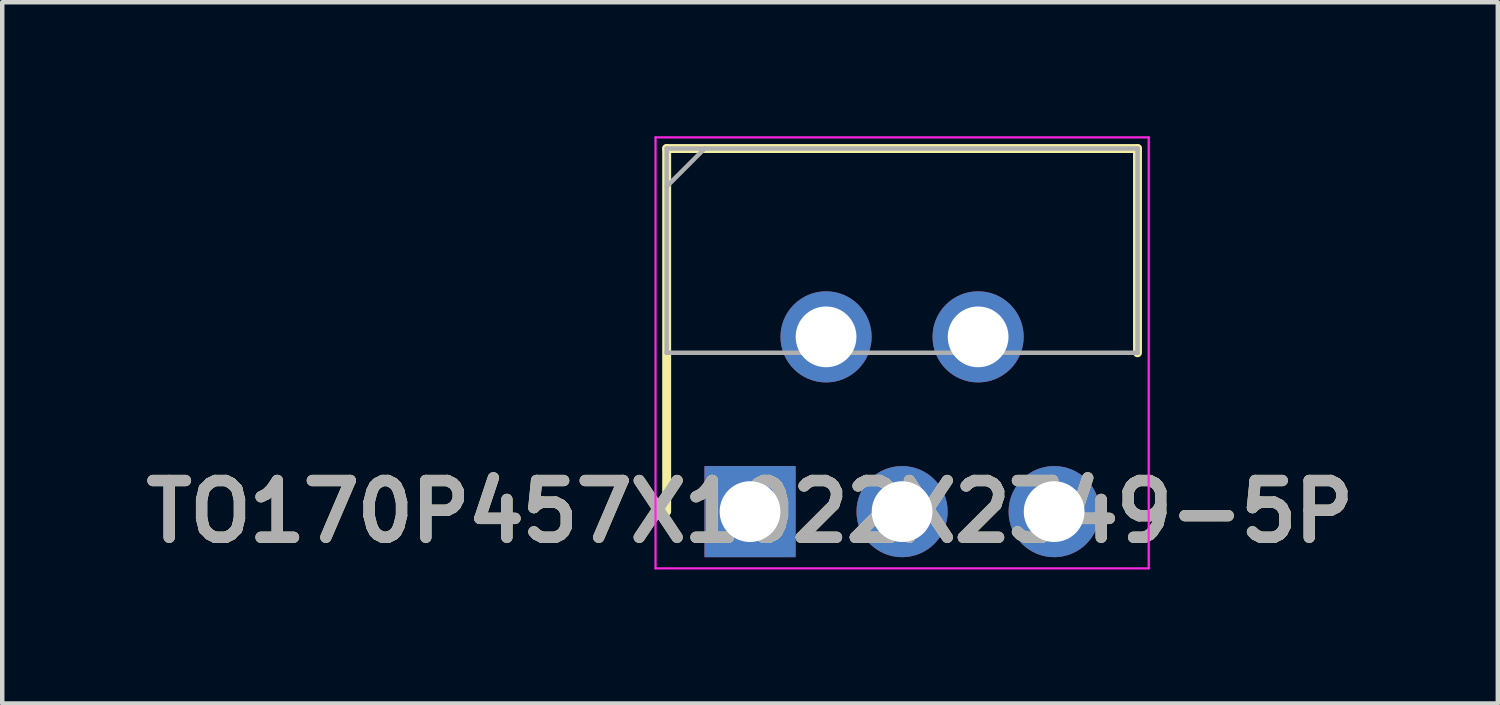
<source format=kicad_pcb>
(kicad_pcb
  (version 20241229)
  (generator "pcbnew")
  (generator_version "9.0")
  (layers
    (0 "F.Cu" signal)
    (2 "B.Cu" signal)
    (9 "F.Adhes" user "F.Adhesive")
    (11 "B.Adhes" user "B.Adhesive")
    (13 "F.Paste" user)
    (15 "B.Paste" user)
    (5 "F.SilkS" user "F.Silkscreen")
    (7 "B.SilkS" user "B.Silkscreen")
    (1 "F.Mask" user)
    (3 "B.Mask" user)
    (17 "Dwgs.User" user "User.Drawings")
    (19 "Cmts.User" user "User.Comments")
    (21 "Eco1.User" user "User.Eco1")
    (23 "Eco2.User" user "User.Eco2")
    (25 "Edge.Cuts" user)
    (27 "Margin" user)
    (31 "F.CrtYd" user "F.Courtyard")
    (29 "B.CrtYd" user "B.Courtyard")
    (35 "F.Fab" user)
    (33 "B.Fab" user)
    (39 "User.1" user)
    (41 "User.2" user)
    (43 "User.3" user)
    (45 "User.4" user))
  (footprint "TO170P457X1022X2349-5P"
    (layer "F.Cu")
    (at 13.74 8.403)
    (property "Reference" "TO170P457X1022X2349-5P" (at 0 0 0) (layer "F.SilkS") (effects (font (size 1.27 1.27) (thickness 0.254))))
    (attr through_hole)
    (fp_line (start -1.866 -8.128) (end -1.866 0) (stroke (width 0.2) (type solid)) (layer "F.SilkS"))
    (fp_line (start 8.674 -8.128) (end -1.866 -8.128) (stroke (width 0.2) (type solid)) (layer "F.SilkS"))
    (fp_line (start 8.674 -3.556) (end 8.674 -8.128) (stroke (width 0.2) (type solid)) (layer "F.SilkS"))
    (fp_line (start -2.116 -8.378) (end 8.925 -8.378) (stroke (width 0.05) (type solid)) (layer "F.CrtYd"))
    (fp_line (start -2.116 1.27) (end -2.116 -8.378) (stroke (width 0.05) (type solid)) (layer "F.CrtYd"))
    (fp_line (start 8.925 -8.378) (end 8.925 1.27) (stroke (width 0.05) (type solid)) (layer "F.CrtYd"))
    (fp_line (start 8.925 1.27) (end -2.116 1.27) (stroke (width 0.05) (type solid)) (layer "F.CrtYd"))
    (fp_line (start -1.866 -8.128) (end 8.675 -8.128) (stroke (width 0.1) (type solid)) (layer "F.Fab"))
    (fp_line (start -1.866 -7.277) (end -1.015 -8.128) (stroke (width 0.1) (type solid)) (layer "F.Fab"))
    (fp_line (start -1.866 -3.556) (end -1.866 -8.128) (stroke (width 0.1) (type solid)) (layer "F.Fab"))
    (fp_line (start 8.675 -8.128) (end 8.675 -3.556) (stroke (width 0.1) (type solid)) (layer "F.Fab"))
    (fp_line (start 8.675 -3.556) (end -1.866 -3.556) (stroke (width 0.1) (type solid)) (layer "F.Fab"))
    (fp_text user "${REFERENCE}" (at 0 0 0) (layer "F.Fab") (effects (font (size 1.27 1.27) (thickness 0.254))))
    (pad "1" thru_hole rect (at 0 0) (size 2.04 2.04) (drill 1.36) (layers "*.Cu" "*.Mask"))
    (pad "2" thru_hole circle (at 1.702 -3.912) (size 2.04 2.04) (drill 1.36) (layers "*.Cu" "*.Mask"))
    (pad "3" thru_hole circle (at 3.404 0) (size 2.04 2.04) (drill 1.36) (layers "*.Cu" "*.Mask"))
    (pad "4" thru_hole circle (at 5.106 -3.912) (size 2.04 2.04) (drill 1.36) (layers "*.Cu" "*.Mask"))
    (pad "5" thru_hole circle (at 6.808 0) (size 2.04 2.04) (drill 1.36) (layers "*.Cu" "*.Mask")))
  (gr_rect
    (start -3 -3)
    (end 30.48 12.698)
    (stroke (width 0.1) (type default))
    (fill no)
    (layer "Edge.Cuts")))
</source>
